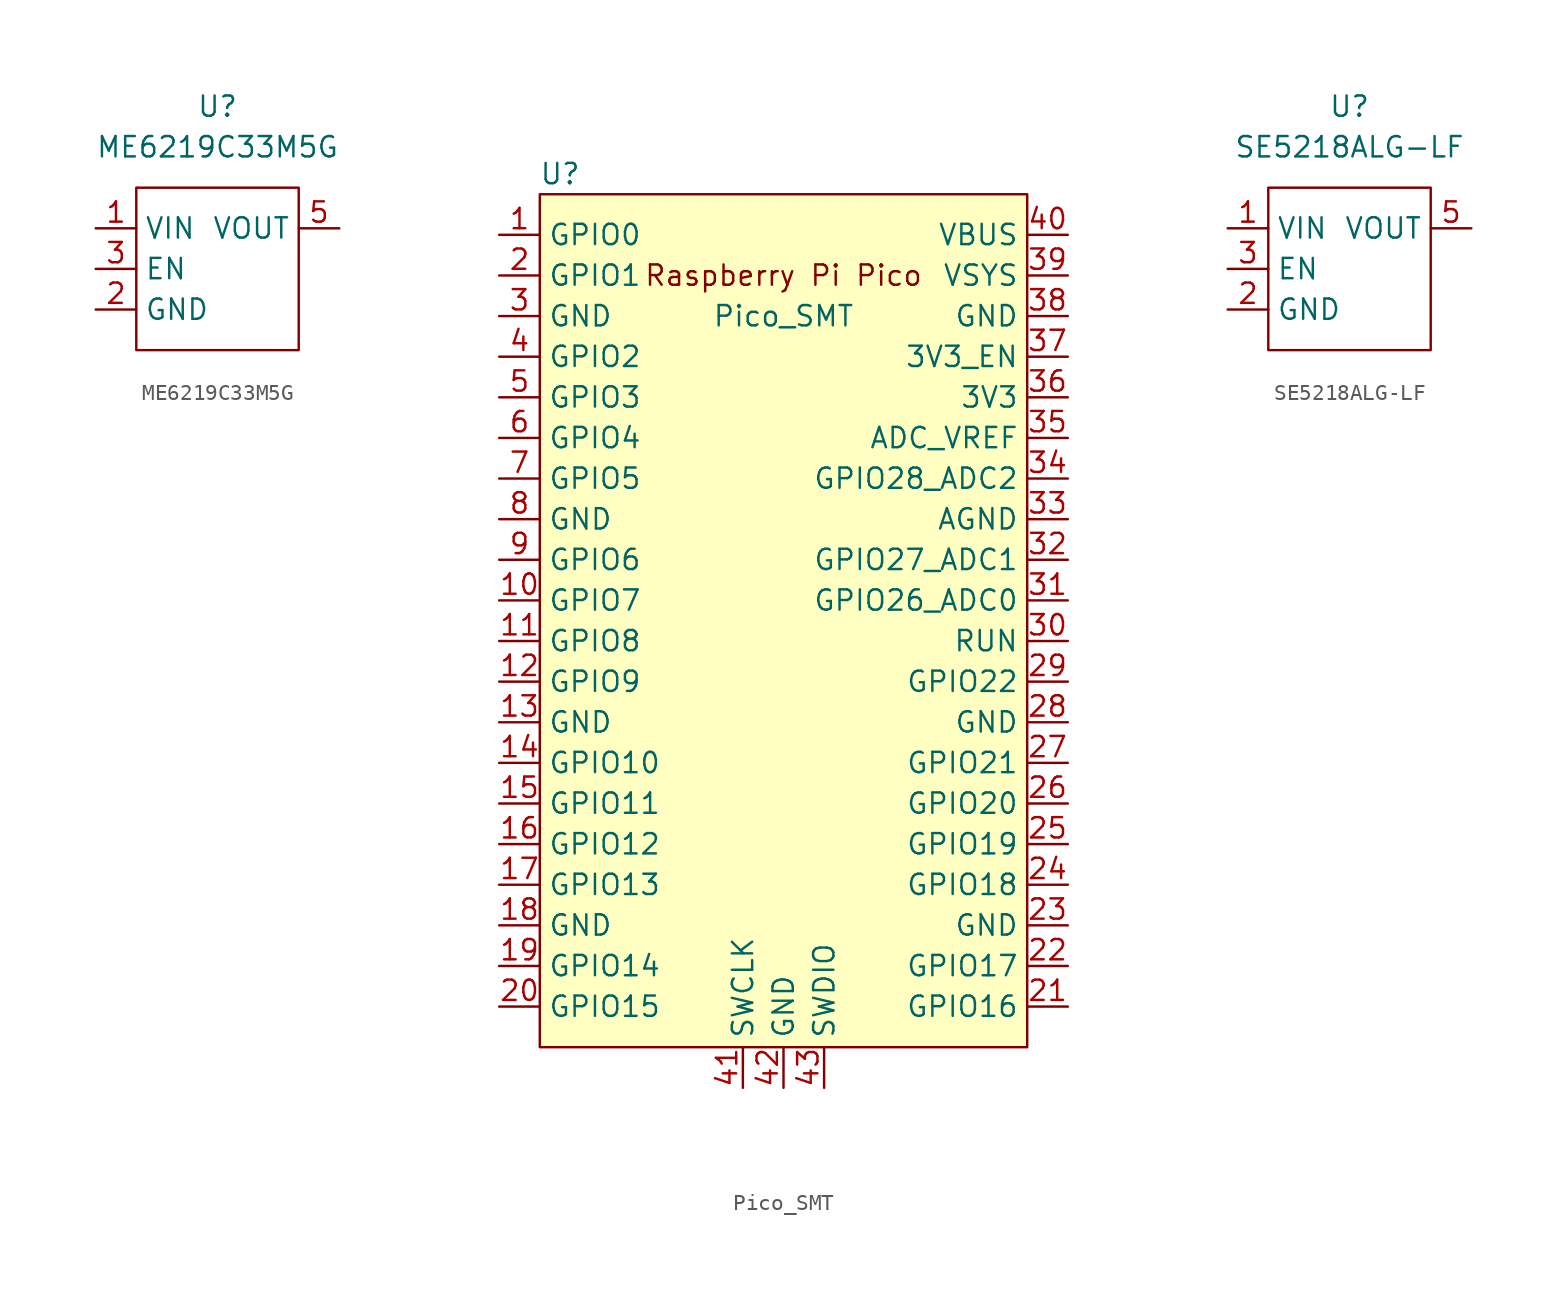
<source format=kicad_sym>
(kicad_symbol_lib
  (version 20220914)
  (generator kicad_symbol_editor)
  (symbol "ME6219C33M5G"
    (property "Reference" "U"
      (at 0 10.16 0)
      (effects (font (size 1.27 1.27))))
    (property "Value" "ME6219C33M5G"
      (at 0 7.62 0)
      (effects (font (size 1.27 1.27))))
    (symbol "ME6219C33M5G_0_1"
      (rectangle (start -5.08 5.08) (end 5.08 -5.08) (stroke (width 0.152) (type default)) (fill (type none))))
    (symbol "ME6219C33M5G_1_1"
      (pin power_in line (at -7.62 2.54 0) (length 2.54) (name "VIN" (effects (font (size 1.27 1.27)))) (number "1" (effects (font (size 1.27 1.27)))))
      (pin power_in line (at -7.62 -2.54 0) (length 2.54) (name "GND" (effects (font (size 1.27 1.27)))) (number "2" (effects (font (size 1.27 1.27)))))
      (pin power_in line (at -7.62 0 0) (length 2.54) (name "EN" (effects (font (size 1.27 1.27)))) (number "3" (effects (font (size 1.27 1.27)))))
      (pin no_connect line (at 7.62 0 180) (length 2.54) hide (name "NC" (effects (font (size 1.27 1.27)))) (number "4" (effects (font (size 1.27 1.27)))))
      (pin power_out line (at 7.62 2.54 180) (length 2.54) (name "VOUT" (effects (font (size 1.27 1.27)))) (number "5" (effects (font (size 1.27 1.27)))))))
  (symbol "Pico_SMT"
    (property "Reference" "U"
      (at -13.97 27.94 0)
      (effects (font (size 1.27 1.27))))
    (property "Value" "Pico_SMT"
      (at 0 19.05 0)
      (effects (font (size 1.27 1.27))))
    (symbol "Pico_SMT_0_0"
      (text "Raspberry Pi Pico" (at 0 21.59 0) (effects (font (size 1.27 1.27)))))
    (symbol "Pico_SMT_0_1"
      (rectangle (start -15.24 26.67) (end 15.24 -26.67) (stroke (width 0) (type default)) (fill (type background))))
    (symbol "Pico_SMT_1_1"
      (pin bidirectional line (at -17.78 24.13 0) (length 2.54) (name "GPIO0" (effects (font (size 1.27 1.27)))) (number "1" (effects (font (size 1.27 1.27)))))
      (pin bidirectional line (at -17.78 1.27 0) (length 2.54) (name "GPIO7" (effects (font (size 1.27 1.27)))) (number "10" (effects (font (size 1.27 1.27)))))
      (pin bidirectional line (at -17.78 -1.27 0) (length 2.54) (name "GPIO8" (effects (font (size 1.27 1.27)))) (number "11" (effects (font (size 1.27 1.27)))))
      (pin bidirectional line (at -17.78 -3.81 0) (length 2.54) (name "GPIO9" (effects (font (size 1.27 1.27)))) (number "12" (effects (font (size 1.27 1.27)))))
      (pin power_in line (at -17.78 -6.35 0) (length 2.54) (name "GND" (effects (font (size 1.27 1.27)))) (number "13" (effects (font (size 1.27 1.27)))))
      (pin bidirectional line (at -17.78 -8.89 0) (length 2.54) (name "GPIO10" (effects (font (size 1.27 1.27)))) (number "14" (effects (font (size 1.27 1.27)))))
      (pin bidirectional line (at -17.78 -11.43 0) (length 2.54) (name "GPIO11" (effects (font (size 1.27 1.27)))) (number "15" (effects (font (size 1.27 1.27)))))
      (pin bidirectional line (at -17.78 -13.97 0) (length 2.54) (name "GPIO12" (effects (font (size 1.27 1.27)))) (number "16" (effects (font (size 1.27 1.27)))))
      (pin bidirectional line (at -17.78 -16.51 0) (length 2.54) (name "GPIO13" (effects (font (size 1.27 1.27)))) (number "17" (effects (font (size 1.27 1.27)))))
      (pin power_in line (at -17.78 -19.05 0) (length 2.54) (name "GND" (effects (font (size 1.27 1.27)))) (number "18" (effects (font (size 1.27 1.27)))))
      (pin bidirectional line (at -17.78 -21.59 0) (length 2.54) (name "GPIO14" (effects (font (size 1.27 1.27)))) (number "19" (effects (font (size 1.27 1.27)))))
      (pin bidirectional line (at -17.78 21.59 0) (length 2.54) (name "GPIO1" (effects (font (size 1.27 1.27)))) (number "2" (effects (font (size 1.27 1.27)))))
      (pin bidirectional line (at -17.78 -24.13 0) (length 2.54) (name "GPIO15" (effects (font (size 1.27 1.27)))) (number "20" (effects (font (size 1.27 1.27)))))
      (pin bidirectional line (at 17.78 -24.13 180) (length 2.54) (name "GPIO16" (effects (font (size 1.27 1.27)))) (number "21" (effects (font (size 1.27 1.27)))))
      (pin bidirectional line (at 17.78 -21.59 180) (length 2.54) (name "GPIO17" (effects (font (size 1.27 1.27)))) (number "22" (effects (font (size 1.27 1.27)))))
      (pin power_in line (at 17.78 -19.05 180) (length 2.54) (name "GND" (effects (font (size 1.27 1.27)))) (number "23" (effects (font (size 1.27 1.27)))))
      (pin bidirectional line (at 17.78 -16.51 180) (length 2.54) (name "GPIO18" (effects (font (size 1.27 1.27)))) (number "24" (effects (font (size 1.27 1.27)))))
      (pin bidirectional line (at 17.78 -13.97 180) (length 2.54) (name "GPIO19" (effects (font (size 1.27 1.27)))) (number "25" (effects (font (size 1.27 1.27)))))
      (pin bidirectional line (at 17.78 -11.43 180) (length 2.54) (name "GPIO20" (effects (font (size 1.27 1.27)))) (number "26" (effects (font (size 1.27 1.27)))))
      (pin bidirectional line (at 17.78 -8.89 180) (length 2.54) (name "GPIO21" (effects (font (size 1.27 1.27)))) (number "27" (effects (font (size 1.27 1.27)))))
      (pin power_in line (at 17.78 -6.35 180) (length 2.54) (name "GND" (effects (font (size 1.27 1.27)))) (number "28" (effects (font (size 1.27 1.27)))))
      (pin bidirectional line (at 17.78 -3.81 180) (length 2.54) (name "GPIO22" (effects (font (size 1.27 1.27)))) (number "29" (effects (font (size 1.27 1.27)))))
      (pin power_in line (at -17.78 19.05 0) (length 2.54) (name "GND" (effects (font (size 1.27 1.27)))) (number "3" (effects (font (size 1.27 1.27)))))
      (pin input line (at 17.78 -1.27 180) (length 2.54) (name "RUN" (effects (font (size 1.27 1.27)))) (number "30" (effects (font (size 1.27 1.27)))))
      (pin bidirectional line (at 17.78 1.27 180) (length 2.54) (name "GPIO26_ADC0" (effects (font (size 1.27 1.27)))) (number "31" (effects (font (size 1.27 1.27)))))
      (pin bidirectional line (at 17.78 3.81 180) (length 2.54) (name "GPIO27_ADC1" (effects (font (size 1.27 1.27)))) (number "32" (effects (font (size 1.27 1.27)))))
      (pin power_in line (at 17.78 6.35 180) (length 2.54) (name "AGND" (effects (font (size 1.27 1.27)))) (number "33" (effects (font (size 1.27 1.27)))))
      (pin bidirectional line (at 17.78 8.89 180) (length 2.54) (name "GPIO28_ADC2" (effects (font (size 1.27 1.27)))) (number "34" (effects (font (size 1.27 1.27)))))
      (pin power_in line (at 17.78 11.43 180) (length 2.54) (name "ADC_VREF" (effects (font (size 1.27 1.27)))) (number "35" (effects (font (size 1.27 1.27)))))
      (pin power_in line (at 17.78 13.97 180) (length 2.54) (name "3V3" (effects (font (size 1.27 1.27)))) (number "36" (effects (font (size 1.27 1.27)))))
      (pin input line (at 17.78 16.51 180) (length 2.54) (name "3V3_EN" (effects (font (size 1.27 1.27)))) (number "37" (effects (font (size 1.27 1.27)))))
      (pin bidirectional line (at 17.78 19.05 180) (length 2.54) (name "GND" (effects (font (size 1.27 1.27)))) (number "38" (effects (font (size 1.27 1.27)))))
      (pin power_in line (at 17.78 21.59 180) (length 2.54) (name "VSYS" (effects (font (size 1.27 1.27)))) (number "39" (effects (font (size 1.27 1.27)))))
      (pin bidirectional line (at -17.78 16.51 0) (length 2.54) (name "GPIO2" (effects (font (size 1.27 1.27)))) (number "4" (effects (font (size 1.27 1.27)))))
      (pin power_in line (at 17.78 24.13 180) (length 2.54) (name "VBUS" (effects (font (size 1.27 1.27)))) (number "40" (effects (font (size 1.27 1.27)))))
      (pin input line (at -2.54 -29.21 90) (length 2.54) (name "SWCLK" (effects (font (size 1.27 1.27)))) (number "41" (effects (font (size 1.27 1.27)))))
      (pin power_in line (at 0 -29.21 90) (length 2.54) (name "GND" (effects (font (size 1.27 1.27)))) (number "42" (effects (font (size 1.27 1.27)))))
      (pin bidirectional line (at 2.54 -29.21 90) (length 2.54) (name "SWDIO" (effects (font (size 1.27 1.27)))) (number "43" (effects (font (size 1.27 1.27)))))
      (pin bidirectional line (at -17.78 13.97 0) (length 2.54) (name "GPIO3" (effects (font (size 1.27 1.27)))) (number "5" (effects (font (size 1.27 1.27)))))
      (pin bidirectional line (at -17.78 11.43 0) (length 2.54) (name "GPIO4" (effects (font (size 1.27 1.27)))) (number "6" (effects (font (size 1.27 1.27)))))
      (pin bidirectional line (at -17.78 8.89 0) (length 2.54) (name "GPIO5" (effects (font (size 1.27 1.27)))) (number "7" (effects (font (size 1.27 1.27)))))
      (pin power_in line (at -17.78 6.35 0) (length 2.54) (name "GND" (effects (font (size 1.27 1.27)))) (number "8" (effects (font (size 1.27 1.27)))))
      (pin bidirectional line (at -17.78 3.81 0) (length 2.54) (name "GPIO6" (effects (font (size 1.27 1.27)))) (number "9" (effects (font (size 1.27 1.27)))))))
  (symbol "SE5218ALG-LF"
    (property "Reference" "U"
      (at 0 10.16 0)
      (effects (font (size 1.27 1.27))))
    (property "Value" "SE5218ALG-LF"
      (at 0 7.62 0)
      (effects (font (size 1.27 1.27))))
    (symbol "SE5218ALG-LF_0_1"
      (rectangle (start -5.08 5.08) (end 5.08 -5.08) (stroke (width 0.152) (type default)) (fill (type none))))
    (symbol "SE5218ALG-LF_1_1"
      (pin power_in line (at -7.62 2.54 0) (length 2.54) (name "VIN" (effects (font (size 1.27 1.27)))) (number "1" (effects (font (size 1.27 1.27)))))
      (pin power_in line (at -7.62 -2.54 0) (length 2.54) (name "GND" (effects (font (size 1.27 1.27)))) (number "2" (effects (font (size 1.27 1.27)))))
      (pin power_in line (at -7.62 0 0) (length 2.54) (name "EN" (effects (font (size 1.27 1.27)))) (number "3" (effects (font (size 1.27 1.27)))))
      (pin no_connect line (at 7.62 0 180) (length 2.54) hide (name "NC" (effects (font (size 1.27 1.27)))) (number "4" (effects (font (size 1.27 1.27)))))
      (pin power_out line (at 7.62 2.54 180) (length 2.54) (name "VOUT" (effects (font (size 1.27 1.27)))) (number "5" (effects (font (size 1.27 1.27))))))))
</source>
